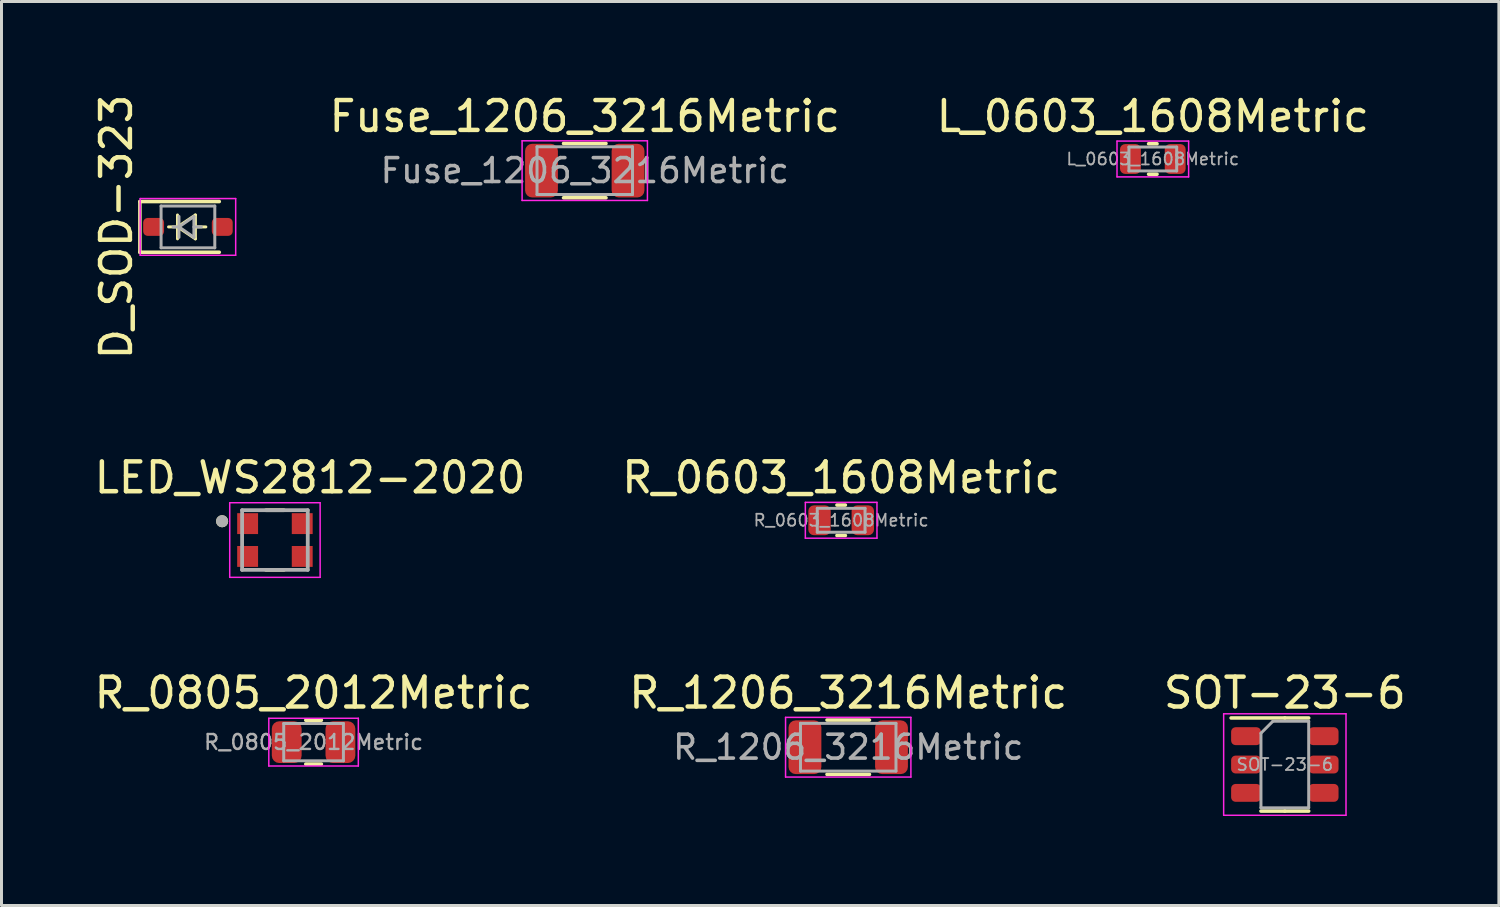
<source format=kicad_pcb>
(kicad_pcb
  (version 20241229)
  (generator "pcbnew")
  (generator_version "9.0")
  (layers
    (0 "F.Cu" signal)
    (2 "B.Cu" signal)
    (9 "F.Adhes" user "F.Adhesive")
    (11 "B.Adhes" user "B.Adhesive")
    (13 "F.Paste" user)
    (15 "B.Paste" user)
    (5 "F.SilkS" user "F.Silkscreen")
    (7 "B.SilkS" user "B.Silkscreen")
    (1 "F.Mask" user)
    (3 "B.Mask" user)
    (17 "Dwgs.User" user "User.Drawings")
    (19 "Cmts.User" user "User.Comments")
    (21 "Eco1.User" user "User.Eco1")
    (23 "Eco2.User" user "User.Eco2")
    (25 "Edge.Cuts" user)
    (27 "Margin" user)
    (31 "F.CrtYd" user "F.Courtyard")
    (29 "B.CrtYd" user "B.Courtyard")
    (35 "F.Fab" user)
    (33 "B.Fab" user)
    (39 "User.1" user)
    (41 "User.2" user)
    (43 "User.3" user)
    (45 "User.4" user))
  (footprint "R_0805_2012Metric"
    (layer "F.Cu")
    (at 7.458 21.82)
    (property "Reference" "R_0805_2012Metric" (at 0 -1.65 0) (layer "F.SilkS") (effects (font (size 1 1) (thickness 0.15))))
    (attr smd)
    (fp_line (start -0.261 -0.735) (end 0.261 -0.735) (stroke (width 0.12) (type solid)) (layer "F.SilkS"))
    (fp_line (start -0.261 0.735) (end 0.261 0.735) (stroke (width 0.12) (type solid)) (layer "F.SilkS"))
    (fp_line (start -1.5 -0.8) (end -1.5 0.8) (stroke (width 0.05) (type solid)) (layer "F.CrtYd"))
    (fp_line (start -1.5 -0.8) (end 1.5 -0.8) (stroke (width 0.05) (type solid)) (layer "F.CrtYd"))
    (fp_line (start -1.5 0.8) (end 1.5 0.8) (stroke (width 0.05) (type solid)) (layer "F.CrtYd"))
    (fp_line (start 1.5 -0.8) (end 1.5 0.8) (stroke (width 0.05) (type solid)) (layer "F.CrtYd"))
    (fp_line (start -1 -0.625) (end 1 -0.625) (stroke (width 0.1) (type solid)) (layer "F.Fab"))
    (fp_line (start -1 0.625) (end -1 -0.625) (stroke (width 0.1) (type solid)) (layer "F.Fab"))
    (fp_line (start 1 -0.625) (end 1 0.625) (stroke (width 0.1) (type solid)) (layer "F.Fab"))
    (fp_line (start 1 0.625) (end -1 0.625) (stroke (width 0.1) (type solid)) (layer "F.Fab"))
    (fp_text user "${REFERENCE}" (at 0 0 0) (layer "F.Fab") (effects (font (size 0.5 0.5) (thickness 0.08))))
    (pad "1" smd roundrect (at -0.9 0) (size 1 1.4) (layers "F.Cu" "F.Mask" "F.Paste") (roundrect_rratio 0.25))
    (pad "2" smd roundrect (at 0.9 0) (size 1 1.4) (layers "F.Cu" "F.Mask" "F.Paste") (roundrect_rratio 0.25)))
  (footprint "R_1206_3216Metric"
    (layer "F.Cu")
    (at 25.375 21.99)
    (property "Reference" "R_1206_3216Metric" (at 0 -1.82 0) (layer "F.SilkS") (effects (font (size 1 1) (thickness 0.15))))
    (attr smd)
    (fp_line (start -0.711 -0.91) (end 0.711 -0.91) (stroke (width 0.12) (type solid)) (layer "F.SilkS"))
    (fp_line (start -0.711 0.91) (end 0.711 0.91) (stroke (width 0.12) (type solid)) (layer "F.SilkS"))
    (fp_line (start -2.1 -1) (end -2.1 1) (stroke (width 0.05) (type solid)) (layer "F.CrtYd"))
    (fp_line (start 2.1 -1) (end -2.1 -1) (stroke (width 0.05) (type solid)) (layer "F.CrtYd"))
    (fp_line (start 2.1 -1) (end 2.1 1) (stroke (width 0.05) (type solid)) (layer "F.CrtYd"))
    (fp_line (start 2.1 1) (end -2.1 1) (stroke (width 0.05) (type solid)) (layer "F.CrtYd"))
    (fp_line (start -1.6 -0.8) (end 1.6 -0.8) (stroke (width 0.1) (type solid)) (layer "F.Fab"))
    (fp_line (start -1.6 0.8) (end -1.6 -0.8) (stroke (width 0.1) (type solid)) (layer "F.Fab"))
    (fp_line (start 1.6 -0.8) (end 1.6 0.8) (stroke (width 0.1) (type solid)) (layer "F.Fab"))
    (fp_line (start 1.6 0.8) (end -1.6 0.8) (stroke (width 0.1) (type solid)) (layer "F.Fab"))
    (fp_text user "${REFERENCE}" (at 0 0 0) (layer "F.Fab") (effects (font (size 0.8 0.8) (thickness 0.12))))
    (pad "1" smd roundrect (at -1.45 0) (size 1.1 1.8) (layers "F.Cu" "F.Mask" "F.Paste") (roundrect_rratio 0.217))
    (pad "2" smd roundrect (at 1.45 0) (size 1.1 1.8) (layers "F.Cu" "F.Mask" "F.Paste") (roundrect_rratio 0.217)))
  (footprint "Fuse_1206_3216Metric"
    (layer "F.Cu")
    (at 16.546 2.668)
    (property "Reference" "Fuse_1206_3216Metric" (at 0 -1.82 0) (layer "F.SilkS") (effects (font (size 1 1) (thickness 0.15))))
    (attr smd)
    (fp_line (start -0.711 -0.91) (end 0.711 -0.91) (stroke (width 0.12) (type solid)) (layer "F.SilkS"))
    (fp_line (start -0.711 0.91) (end 0.711 0.91) (stroke (width 0.12) (type solid)) (layer "F.SilkS"))
    (fp_line (start -2.1 -1) (end -2.1 1) (stroke (width 0.05) (type solid)) (layer "F.CrtYd"))
    (fp_line (start 2.1 -1) (end -2.1 -1) (stroke (width 0.05) (type solid)) (layer "F.CrtYd"))
    (fp_line (start 2.1 -1) (end 2.1 1) (stroke (width 0.05) (type solid)) (layer "F.CrtYd"))
    (fp_line (start 2.1 1) (end -2.1 1) (stroke (width 0.05) (type solid)) (layer "F.CrtYd"))
    (fp_line (start -1.6 -0.8) (end 1.6 -0.8) (stroke (width 0.1) (type solid)) (layer "F.Fab"))
    (fp_line (start -1.6 0.8) (end -1.6 -0.8) (stroke (width 0.1) (type solid)) (layer "F.Fab"))
    (fp_line (start 1.6 -0.8) (end 1.6 0.8) (stroke (width 0.1) (type solid)) (layer "F.Fab"))
    (fp_line (start 1.6 0.8) (end -1.6 0.8) (stroke (width 0.1) (type solid)) (layer "F.Fab"))
    (fp_text user "${REFERENCE}" (at 0 0 0) (layer "F.Fab") (effects (font (size 0.8 0.8) (thickness 0.12))))
    (pad "1" smd roundrect (at -1.45 0) (size 1.1 1.8) (layers "F.Cu" "F.Mask" "F.Paste") (roundrect_rratio 0.217))
    (pad "2" smd roundrect (at 1.45 0) (size 1.1 1.8) (layers "F.Cu" "F.Mask" "F.Paste") (roundrect_rratio 0.217)))
  (footprint "LED_WS2812-2020"
    (layer "F.Cu")
    (at 6.163 15.047)
    (property "Reference" "LED_WS2812-2020" (at 1.177 -2.091 0) (layer "F.SilkS") (effects (font (size 1 1) (thickness 0.15))))
    (attr through_hole)
    (fp_line (start -0.3 -1) (end 0.3 -1) (stroke (width 0.127) (type solid)) (layer "F.SilkS"))
    (fp_line (start -0.3 1) (end 0.3 1) (stroke (width 0.127) (type solid)) (layer "F.SilkS"))
    (fp_circle (center -1.77 -0.63) (end -1.667 -0.63) (stroke (width 0.2) (type solid)) (fill no) (layer "F.SilkS"))
    (fp_line (start -1.515 -1.25) (end -1.515 1.25) (stroke (width 0.05) (type solid)) (layer "F.CrtYd"))
    (fp_line (start -1.515 1.25) (end 1.515 1.25) (stroke (width 0.05) (type solid)) (layer "F.CrtYd"))
    (fp_line (start 1.515 -1.25) (end -1.515 -1.25) (stroke (width 0.05) (type solid)) (layer "F.CrtYd"))
    (fp_line (start 1.515 1.25) (end 1.515 -1.25) (stroke (width 0.05) (type solid)) (layer "F.CrtYd"))
    (fp_line (start -1.1 -1) (end 1.1 -1) (stroke (width 0.127) (type solid)) (layer "F.Fab"))
    (fp_line (start -1.1 1) (end -1.1 -1) (stroke (width 0.127) (type solid)) (layer "F.Fab"))
    (fp_line (start 1.1 -1) (end 1.1 1) (stroke (width 0.127) (type solid)) (layer "F.Fab"))
    (fp_line (start 1.1 1) (end -1.1 1) (stroke (width 0.127) (type solid)) (layer "F.Fab"))
    (fp_circle (center -1.77 -0.63) (end -1.667 -0.63) (stroke (width 0.2) (type solid)) (fill no) (layer "F.Fab"))
    (pad "1" smd rect (at -0.915 -0.55) (size 0.7 0.7) (layers "F.Cu" "F.Mask" "F.Paste"))
    (pad "2" smd rect (at -0.915 0.55) (size 0.7 0.7) (layers "F.Cu" "F.Mask" "F.Paste"))
    (pad "3" smd rect (at 0.915 0.55 180) (size 0.7 0.7) (layers "F.Cu" "F.Mask" "F.Paste"))
    (pad "4" smd rect (at 0.915 -0.55 180) (size 0.7 0.7) (layers "F.Cu" "F.Mask" "F.Paste")))
  (footprint "D_SOD-323"
    (layer "F.Cu")
    (at 3.248 4.554)
    (property "Reference" "D_SOD-323" (at -2.4 0 90) (layer "F.SilkS") (effects (font (size 1 1) (thickness 0.15))))
    (attr smd)
    (fp_line (start -1.61 -0.85) (end -1.61 0.85) (stroke (width 0.12) (type solid)) (layer "F.SilkS"))
    (fp_line (start -1.61 -0.85) (end 1.05 -0.85) (stroke (width 0.12) (type solid)) (layer "F.SilkS"))
    (fp_line (start -1.61 0.85) (end 1.05 0.85) (stroke (width 0.12) (type solid)) (layer "F.SilkS"))
    (fp_line (start -0.65 0) (end -0.35 0) (stroke (width 0.1) (type solid)) (layer "F.SilkS"))
    (fp_line (start -0.35 0) (end 0.25 -0.4) (stroke (width 0.1) (type solid)) (layer "F.SilkS"))
    (fp_line (start -0.35 0.4) (end -0.35 -0.4) (stroke (width 0.1) (type solid)) (layer "F.SilkS"))
    (fp_line (start 0.25 -0.4) (end 0.25 0.4) (stroke (width 0.1) (type solid)) (layer "F.SilkS"))
    (fp_line (start 0.25 0) (end 0.6 0) (stroke (width 0.1) (type solid)) (layer "F.SilkS"))
    (fp_line (start 0.25 0.4) (end -0.35 0) (stroke (width 0.1) (type solid)) (layer "F.SilkS"))
    (fp_line (start -1.6 -0.95) (end -1.6 0.95) (stroke (width 0.05) (type solid)) (layer "F.CrtYd"))
    (fp_line (start -1.6 -0.95) (end 1.6 -0.95) (stroke (width 0.05) (type solid)) (layer "F.CrtYd"))
    (fp_line (start -1.6 0.95) (end 1.6 0.95) (stroke (width 0.05) (type solid)) (layer "F.CrtYd"))
    (fp_line (start 1.6 -0.95) (end 1.6 0.95) (stroke (width 0.05) (type solid)) (layer "F.CrtYd"))
    (fp_line (start -0.9 -0.7) (end 0.9 -0.7) (stroke (width 0.1) (type solid)) (layer "F.Fab"))
    (fp_line (start -0.9 0.7) (end -0.9 -0.7) (stroke (width 0.1) (type solid)) (layer "F.Fab"))
    (fp_line (start -0.3 -0.35) (end -0.3 0.35) (stroke (width 0.1) (type solid)) (layer "F.Fab"))
    (fp_line (start -0.3 0) (end -0.5 0) (stroke (width 0.1) (type solid)) (layer "F.Fab"))
    (fp_line (start -0.3 0) (end 0.2 -0.35) (stroke (width 0.1) (type solid)) (layer "F.Fab"))
    (fp_line (start 0.2 -0.35) (end 0.2 0.35) (stroke (width 0.1) (type solid)) (layer "F.Fab"))
    (fp_line (start 0.2 0) (end 0.45 0) (stroke (width 0.1) (type solid)) (layer "F.Fab"))
    (fp_line (start 0.2 0.35) (end -0.3 0) (stroke (width 0.1) (type solid)) (layer "F.Fab"))
    (fp_line (start 0.9 -0.7) (end 0.9 0.7) (stroke (width 0.1) (type solid)) (layer "F.Fab"))
    (fp_line (start 0.9 0.7) (end -0.9 0.7) (stroke (width 0.1) (type solid)) (layer "F.Fab"))
    (pad "1" smd roundrect (at -1.15 0) (size 0.7 0.6) (layers "F.Cu" "F.Mask" "F.Paste") (roundrect_rratio 0.25))
    (pad "2" smd roundrect (at 1.15 0) (size 0.7 0.6) (layers "F.Cu" "F.Mask" "F.Paste") (roundrect_rratio 0.25)))
  (footprint "L_0603_1608Metric"
    (layer "F.Cu")
    (at 35.582 2.278)
    (property "Reference" "L_0603_1608Metric" (at 0 -1.43 0) (layer "F.SilkS") (effects (font (size 1 1) (thickness 0.15))))
    (attr smd)
    (fp_line (start -0.141 -0.51) (end 0.141 -0.51) (stroke (width 0.12) (type solid)) (layer "F.SilkS"))
    (fp_line (start -0.141 0.51) (end 0.141 0.51) (stroke (width 0.12) (type solid)) (layer "F.SilkS"))
    (fp_line (start -1.2 0.6) (end -1.2 -0.6) (stroke (width 0.05) (type solid)) (layer "F.CrtYd"))
    (fp_line (start 1.2 -0.6) (end -1.2 -0.6) (stroke (width 0.05) (type default)) (layer "F.CrtYd"))
    (fp_line (start 1.2 0.6) (end -1.2 0.6) (stroke (width 0.05) (type default)) (layer "F.CrtYd"))
    (fp_line (start 1.2 0.6) (end 1.2 -0.6) (stroke (width 0.05) (type solid)) (layer "F.CrtYd"))
    (fp_line (start -0.8 -0.4) (end 0.8 -0.4) (stroke (width 0.1) (type solid)) (layer "F.Fab"))
    (fp_line (start -0.8 0.4) (end -0.8 -0.4) (stroke (width 0.1) (type solid)) (layer "F.Fab"))
    (fp_line (start 0.8 -0.4) (end 0.8 0.4) (stroke (width 0.1) (type solid)) (layer "F.Fab"))
    (fp_line (start 0.8 0.4) (end -0.8 0.4) (stroke (width 0.1) (type solid)) (layer "F.Fab"))
    (fp_text user "${REFERENCE}" (at 0 0 0) (layer "F.Fab") (effects (font (size 0.4 0.4) (thickness 0.06))))
    (pad "1" smd roundrect (at -0.75 0) (size 0.7 1) (layers "F.Cu" "F.Mask" "F.Paste") (roundrect_rratio 0.25))
    (pad "2" smd roundrect (at 0.75 0) (size 0.7 1) (layers "F.Cu" "F.Mask" "F.Paste") (roundrect_rratio 0.25)))
  (footprint "R_0603_1608Metric"
    (layer "F.Cu")
    (at 25.138 14.385)
    (property "Reference" "R_0603_1608Metric" (at 0 -1.43 0) (layer "F.SilkS") (effects (font (size 1 1) (thickness 0.15))))
    (attr smd)
    (fp_line (start -0.141 -0.51) (end 0.141 -0.51) (stroke (width 0.12) (type solid)) (layer "F.SilkS"))
    (fp_line (start -0.141 0.51) (end 0.141 0.51) (stroke (width 0.12) (type solid)) (layer "F.SilkS"))
    (fp_line (start -1.2 0.6) (end -1.2 -0.6) (stroke (width 0.05) (type solid)) (layer "F.CrtYd"))
    (fp_line (start 1.2 -0.6) (end -1.2 -0.6) (stroke (width 0.05) (type default)) (layer "F.CrtYd"))
    (fp_line (start 1.2 0.6) (end -1.2 0.6) (stroke (width 0.05) (type default)) (layer "F.CrtYd"))
    (fp_line (start 1.2 0.6) (end 1.2 -0.6) (stroke (width 0.05) (type solid)) (layer "F.CrtYd"))
    (fp_line (start -0.8 -0.4) (end 0.8 -0.4) (stroke (width 0.1) (type solid)) (layer "F.Fab"))
    (fp_line (start -0.8 0.4) (end -0.8 -0.4) (stroke (width 0.1) (type solid)) (layer "F.Fab"))
    (fp_line (start 0.8 -0.4) (end 0.8 0.4) (stroke (width 0.1) (type solid)) (layer "F.Fab"))
    (fp_line (start 0.8 0.4) (end -0.8 0.4) (stroke (width 0.1) (type solid)) (layer "F.Fab"))
    (fp_text user "${REFERENCE}" (at 0 0 0) (layer "F.Fab") (effects (font (size 0.4 0.4) (thickness 0.06))))
    (pad "1" smd roundrect (at -0.725 0) (size 0.75 1) (layers "F.Cu" "F.Mask" "F.Paste") (roundrect_rratio 0.25))
    (pad "2" smd roundrect (at 0.725 0) (size 0.75 1) (layers "F.Cu" "F.Mask" "F.Paste") (roundrect_rratio 0.25)))
  (footprint "SOT-23-6"
    (layer "F.Cu")
    (at 40.006 22.57)
    (property "Reference" "SOT-23-6" (at 0 -2.4 0) (layer "F.SilkS") (effects (font (size 1 1) (thickness 0.15))))
    (attr smd)
    (fp_line (start 0 -1.56) (end -1.8 -1.56) (stroke (width 0.12) (type solid)) (layer "F.SilkS"))
    (fp_line (start 0 -1.56) (end 0.8 -1.56) (stroke (width 0.12) (type solid)) (layer "F.SilkS"))
    (fp_line (start 0 1.56) (end -0.8 1.56) (stroke (width 0.12) (type solid)) (layer "F.SilkS"))
    (fp_line (start 0 1.56) (end 0.8 1.56) (stroke (width 0.12) (type solid)) (layer "F.SilkS"))
    (fp_line (start -2.05 -1.7) (end -2.05 1.7) (stroke (width 0.05) (type solid)) (layer "F.CrtYd"))
    (fp_line (start -2.05 1.7) (end 2.05 1.7) (stroke (width 0.05) (type solid)) (layer "F.CrtYd"))
    (fp_line (start 2.05 -1.7) (end -2.05 -1.7) (stroke (width 0.05) (type solid)) (layer "F.CrtYd"))
    (fp_line (start 2.05 1.7) (end 2.05 -1.7) (stroke (width 0.05) (type solid)) (layer "F.CrtYd"))
    (fp_line (start -0.8 -1.05) (end -0.4 -1.45) (stroke (width 0.1) (type solid)) (layer "F.Fab"))
    (fp_line (start -0.8 1.45) (end -0.8 -1.05) (stroke (width 0.1) (type solid)) (layer "F.Fab"))
    (fp_line (start -0.4 -1.45) (end 0.8 -1.45) (stroke (width 0.1) (type solid)) (layer "F.Fab"))
    (fp_line (start 0.8 -1.45) (end 0.8 1.45) (stroke (width 0.1) (type solid)) (layer "F.Fab"))
    (fp_line (start 0.8 1.45) (end -0.8 1.45) (stroke (width 0.1) (type solid)) (layer "F.Fab"))
    (fp_text user "${REFERENCE}" (at 0 0 0) (layer "F.Fab") (effects (font (size 0.4 0.4) (thickness 0.06))))
    (pad "1" smd roundrect (at -1.3 -0.95) (size 1 0.6) (layers "F.Cu" "F.Mask" "F.Paste") (roundrect_rratio 0.25))
    (pad "2" smd roundrect (at -1.3 0) (size 1 0.6) (layers "F.Cu" "F.Mask" "F.Paste") (roundrect_rratio 0.25))
    (pad "3" smd roundrect (at -1.3 0.95) (size 1 0.6) (layers "F.Cu" "F.Mask" "F.Paste") (roundrect_rratio 0.25))
    (pad "4" smd roundrect (at 1.3 0.95) (size 1 0.6) (layers "F.Cu" "F.Mask" "F.Paste") (roundrect_rratio 0.25))
    (pad "5" smd roundrect (at 1.3 0) (size 1 0.6) (layers "F.Cu" "F.Mask" "F.Paste") (roundrect_rratio 0.25))
    (pad "6" smd roundrect (at 1.3 -0.95) (size 1 0.6) (layers "F.Cu" "F.Mask" "F.Paste") (roundrect_rratio 0.25)))
  (gr_rect
    (start -3 -3)
    (end 47.179 27.295)
    (stroke (width 0.1) (type default))
    (fill no)
    (layer "Edge.Cuts")))
</source>
